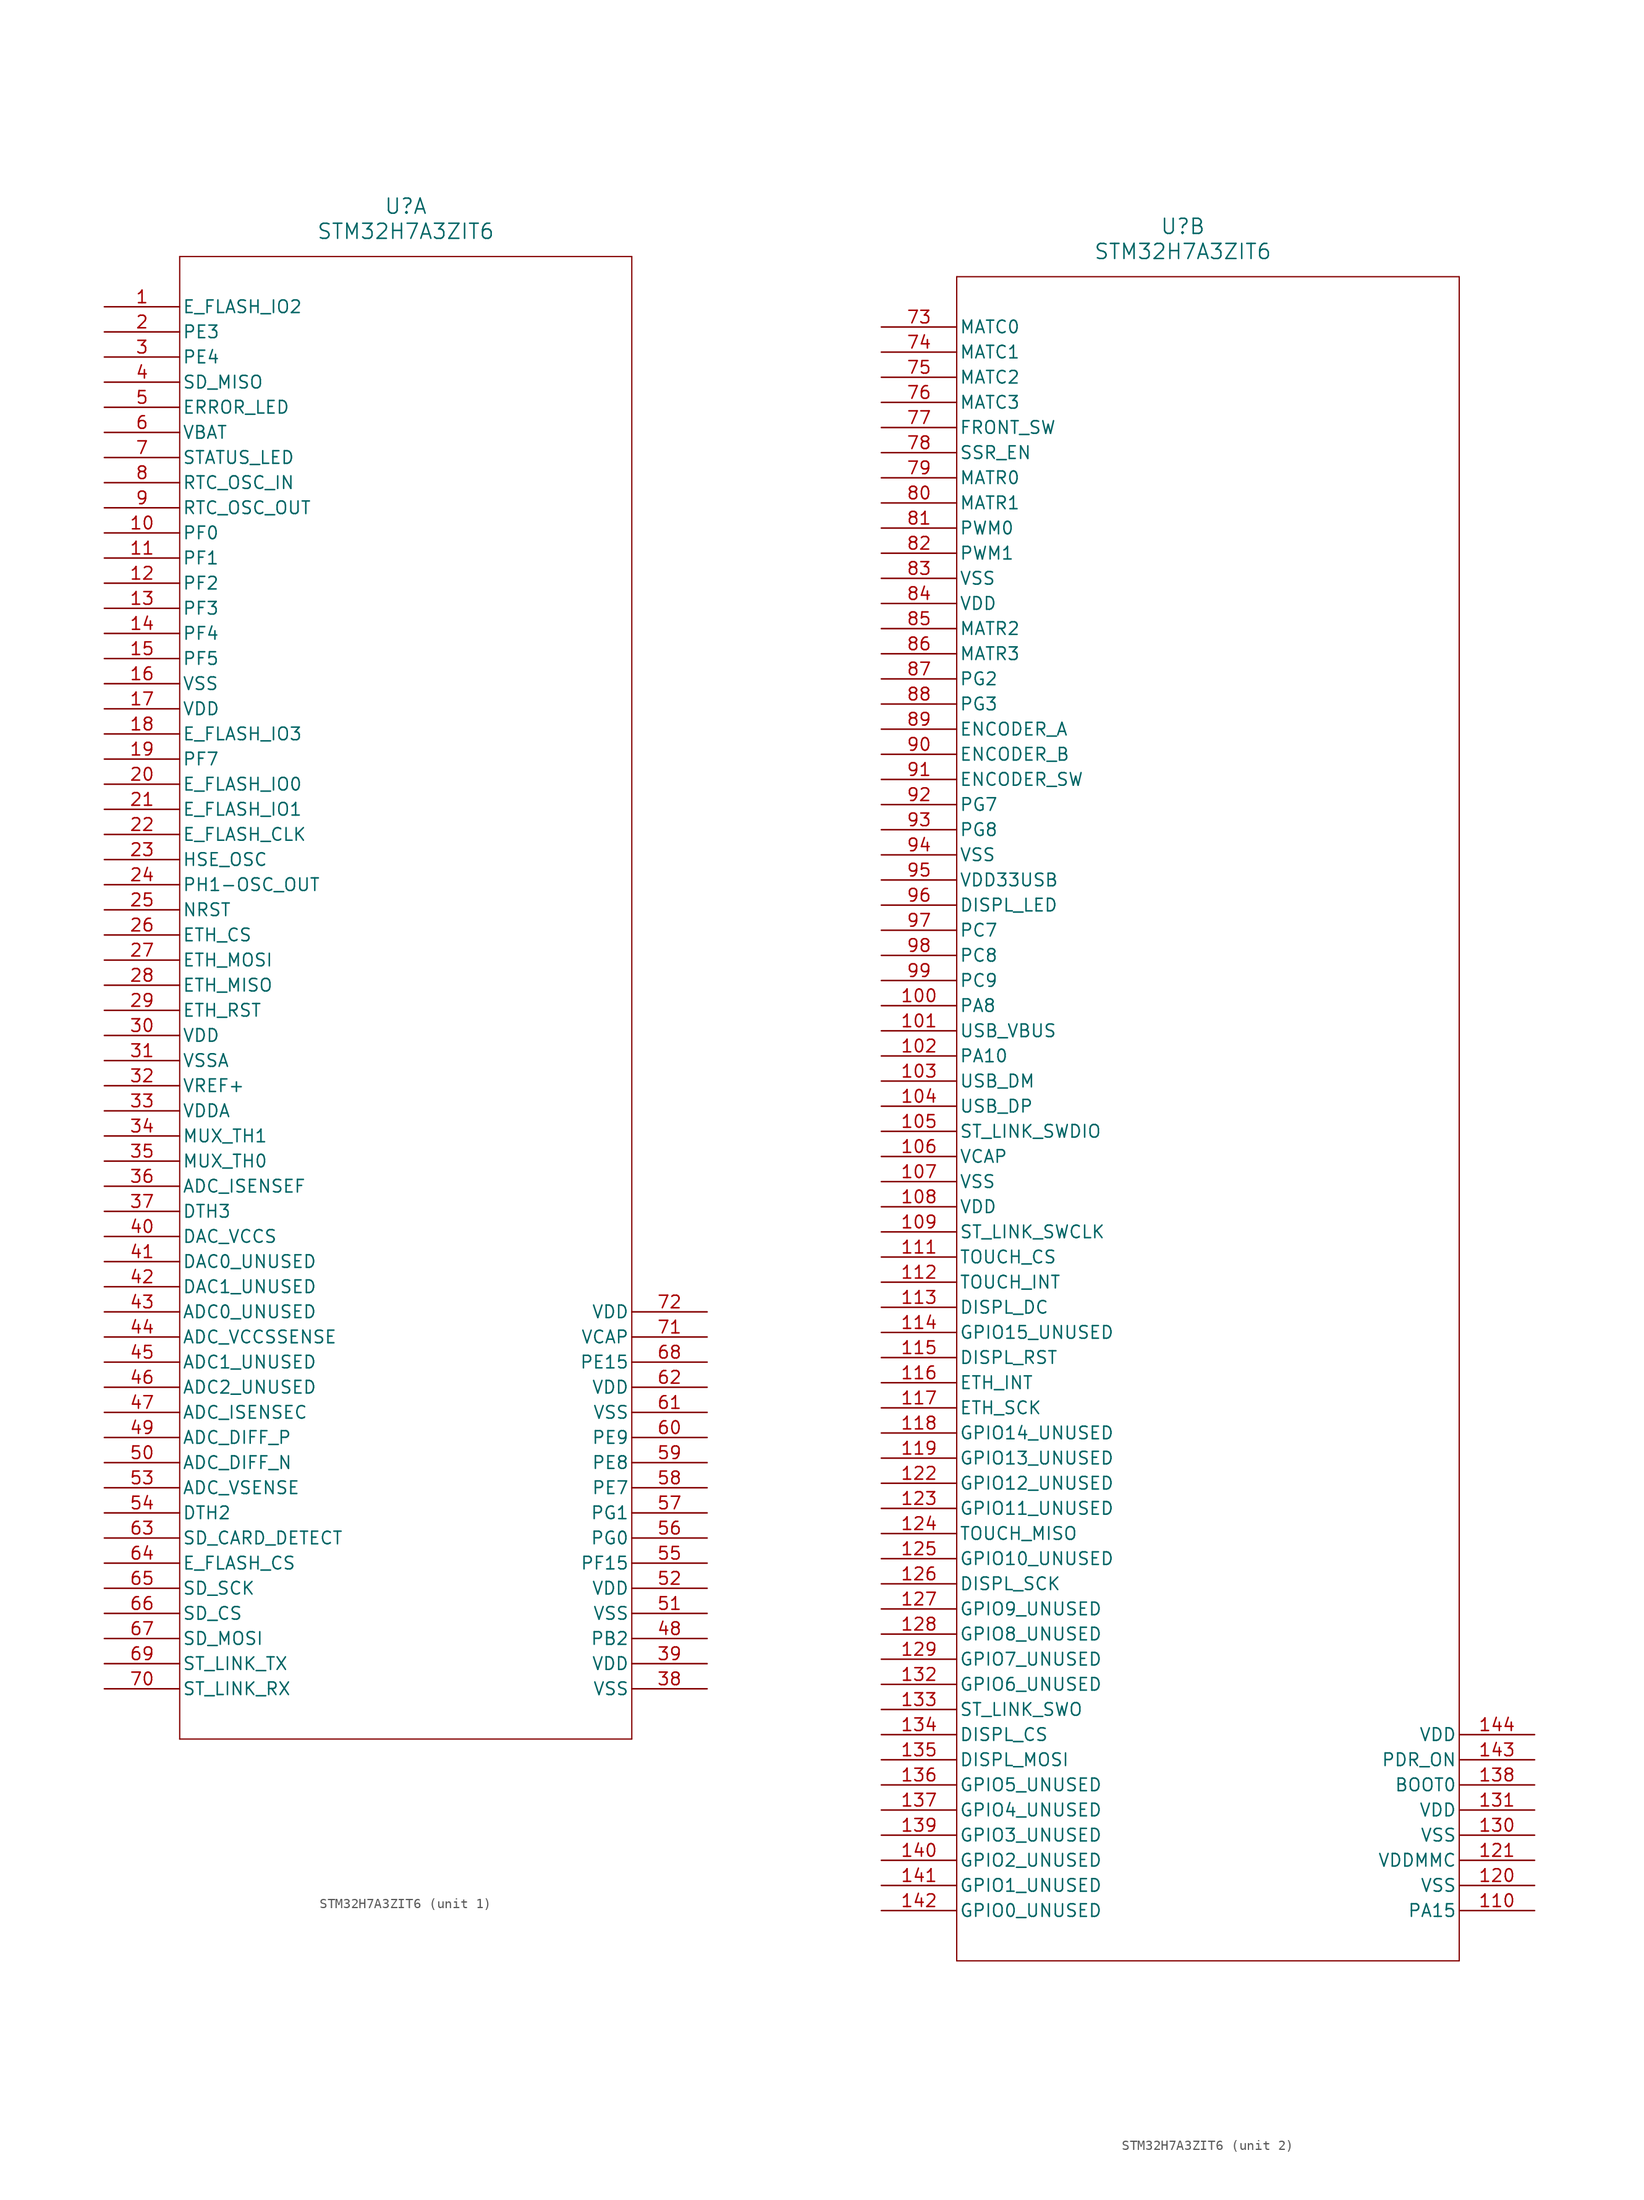
<source format=kicad_sym>
(kicad_symbol_lib
  (version 20211014)
  (generator kicad_symbol_editor)
  (symbol "STM32H7A3ZIT6"
    (pin_names
      (offset 0.254))
    (property "Reference" "U"
      (at 30.48 10.16 0)
      (effects (font (size 1.524 1.524))))
    (property "Value" "STM32H7A3ZIT6"
      (at 30.48 7.62 0)
      (effects (font (size 1.524 1.524))))
    (symbol "STM32H7A3ZIT6_1_1"
      (polyline (pts (xy 7.62 5.08) (xy 7.62 -144.78)) (stroke (width 0.127) (type default) (color 0 0 0 0)) (fill (type none)))
      (polyline (pts (xy 7.62 -144.78) (xy 53.34 -144.78)) (stroke (width 0.127) (type default) (color 0 0 0 0)) (fill (type none)))
      (polyline (pts (xy 53.34 -144.78) (xy 53.34 5.08)) (stroke (width 0.127) (type default) (color 0 0 0 0)) (fill (type none)))
      (polyline (pts (xy 53.34 5.08) (xy 7.62 5.08)) (stroke (width 0.127) (type default) (color 0 0 0 0)) (fill (type none)))
      (pin unspecified line (at 0 0 0) (length 7.62) (name "E_FLASH_IO2" (effects (font (size 1.27 1.27)))) (number "1" (effects (font (size 1.27 1.27)))))
      (pin bidirectional line (at 0 -2.54 0) (length 7.62) (name "PE3" (effects (font (size 1.27 1.27)))) (number "2" (effects (font (size 1.27 1.27)))))
      (pin bidirectional line (at 0 -5.08 0) (length 7.62) (name "PE4" (effects (font (size 1.27 1.27)))) (number "3" (effects (font (size 1.27 1.27)))))
      (pin unspecified line (at 0 -7.62 0) (length 7.62) (name "SD_MISO" (effects (font (size 1.27 1.27)))) (number "4" (effects (font (size 1.27 1.27)))))
      (pin unspecified line (at 0 -10.16 0) (length 7.62) (name "ERROR_LED" (effects (font (size 1.27 1.27)))) (number "5" (effects (font (size 1.27 1.27)))))
      (pin unspecified line (at 0 -12.7 0) (length 7.62) (name "VBAT" (effects (font (size 1.27 1.27)))) (number "6" (effects (font (size 1.27 1.27)))))
      (pin unspecified line (at 0 -15.24 0) (length 7.62) (name "STATUS_LED" (effects (font (size 1.27 1.27)))) (number "7" (effects (font (size 1.27 1.27)))))
      (pin unspecified line (at 0 -17.78 0) (length 7.62) (name "RTC_OSC_IN" (effects (font (size 1.27 1.27)))) (number "8" (effects (font (size 1.27 1.27)))))
      (pin unspecified line (at 0 -20.32 0) (length 7.62) (name "RTC_OSC_OUT" (effects (font (size 1.27 1.27)))) (number "9" (effects (font (size 1.27 1.27)))))
      (pin bidirectional line (at 0 -22.86 0) (length 7.62) (name "PF0" (effects (font (size 1.27 1.27)))) (number "10" (effects (font (size 1.27 1.27)))))
      (pin bidirectional line (at 0 -25.4 0) (length 7.62) (name "PF1" (effects (font (size 1.27 1.27)))) (number "11" (effects (font (size 1.27 1.27)))))
      (pin bidirectional line (at 0 -27.94 0) (length 7.62) (name "PF2" (effects (font (size 1.27 1.27)))) (number "12" (effects (font (size 1.27 1.27)))))
      (pin bidirectional line (at 0 -30.48 0) (length 7.62) (name "PF3" (effects (font (size 1.27 1.27)))) (number "13" (effects (font (size 1.27 1.27)))))
      (pin bidirectional line (at 0 -33.02 0) (length 7.62) (name "PF4" (effects (font (size 1.27 1.27)))) (number "14" (effects (font (size 1.27 1.27)))))
      (pin bidirectional line (at 0 -35.56 0) (length 7.62) (name "PF5" (effects (font (size 1.27 1.27)))) (number "15" (effects (font (size 1.27 1.27)))))
      (pin power_out line (at 0 -38.1 0) (length 7.62) (name "VSS" (effects (font (size 1.27 1.27)))) (number "16" (effects (font (size 1.27 1.27)))))
      (pin power_in line (at 0 -40.64 0) (length 7.62) (name "VDD" (effects (font (size 1.27 1.27)))) (number "17" (effects (font (size 1.27 1.27)))))
      (pin unspecified line (at 0 -43.18 0) (length 7.62) (name "E_FLASH_IO3" (effects (font (size 1.27 1.27)))) (number "18" (effects (font (size 1.27 1.27)))))
      (pin bidirectional line (at 0 -45.72 0) (length 7.62) (name "PF7" (effects (font (size 1.27 1.27)))) (number "19" (effects (font (size 1.27 1.27)))))
      (pin unspecified line (at 0 -48.26 0) (length 7.62) (name "E_FLASH_IO0" (effects (font (size 1.27 1.27)))) (number "20" (effects (font (size 1.27 1.27)))))
      (pin unspecified line (at 0 -50.8 0) (length 7.62) (name "E_FLASH_IO1" (effects (font (size 1.27 1.27)))) (number "21" (effects (font (size 1.27 1.27)))))
      (pin unspecified line (at 0 -53.34 0) (length 7.62) (name "E_FLASH_CLK" (effects (font (size 1.27 1.27)))) (number "22" (effects (font (size 1.27 1.27)))))
      (pin unspecified line (at 0 -55.88 0) (length 7.62) (name "HSE_OSC" (effects (font (size 1.27 1.27)))) (number "23" (effects (font (size 1.27 1.27)))))
      (pin output line (at 0 -58.42 0) (length 7.62) (name "PH1-OSC_OUT" (effects (font (size 1.27 1.27)))) (number "24" (effects (font (size 1.27 1.27)))))
      (pin unspecified line (at 0 -60.96 0) (length 7.62) (name "NRST" (effects (font (size 1.27 1.27)))) (number "25" (effects (font (size 1.27 1.27)))))
      (pin unspecified line (at 0 -63.5 0) (length 7.62) (name "ETH_CS" (effects (font (size 1.27 1.27)))) (number "26" (effects (font (size 1.27 1.27)))))
      (pin unspecified line (at 0 -66.04 0) (length 7.62) (name "ETH_MOSI" (effects (font (size 1.27 1.27)))) (number "27" (effects (font (size 1.27 1.27)))))
      (pin unspecified line (at 0 -68.58 0) (length 7.62) (name "ETH_MISO" (effects (font (size 1.27 1.27)))) (number "28" (effects (font (size 1.27 1.27)))))
      (pin unspecified line (at 0 -71.12 0) (length 7.62) (name "ETH_RST" (effects (font (size 1.27 1.27)))) (number "29" (effects (font (size 1.27 1.27)))))
      (pin power_in line (at 0 -73.66 0) (length 7.62) (name "VDD" (effects (font (size 1.27 1.27)))) (number "30" (effects (font (size 1.27 1.27)))))
      (pin power_out line (at 0 -76.2 0) (length 7.62) (name "VSSA" (effects (font (size 1.27 1.27)))) (number "31" (effects (font (size 1.27 1.27)))))
      (pin power_in line (at 0 -78.74 0) (length 7.62) (name "VREF+" (effects (font (size 1.27 1.27)))) (number "32" (effects (font (size 1.27 1.27)))))
      (pin power_in line (at 0 -81.28 0) (length 7.62) (name "VDDA" (effects (font (size 1.27 1.27)))) (number "33" (effects (font (size 1.27 1.27)))))
      (pin unspecified line (at 0 -83.82 0) (length 7.62) (name "MUX_TH1" (effects (font (size 1.27 1.27)))) (number "34" (effects (font (size 1.27 1.27)))))
      (pin unspecified line (at 0 -86.36 0) (length 7.62) (name "MUX_TH0" (effects (font (size 1.27 1.27)))) (number "35" (effects (font (size 1.27 1.27)))))
      (pin unspecified line (at 0 -88.9 0) (length 7.62) (name "ADC_ISENSEF" (effects (font (size 1.27 1.27)))) (number "36" (effects (font (size 1.27 1.27)))))
      (pin unspecified line (at 0 -91.44 0) (length 7.62) (name "DTH3" (effects (font (size 1.27 1.27)))) (number "37" (effects (font (size 1.27 1.27)))))
      (pin power_out line (at 60.96 -139.7 180) (length 7.62) (name "VSS" (effects (font (size 1.27 1.27)))) (number "38" (effects (font (size 1.27 1.27)))))
      (pin power_in line (at 60.96 -137.16 180) (length 7.62) (name "VDD" (effects (font (size 1.27 1.27)))) (number "39" (effects (font (size 1.27 1.27)))))
      (pin unspecified line (at 0 -93.98 0) (length 7.62) (name "DAC_VCCS" (effects (font (size 1.27 1.27)))) (number "40" (effects (font (size 1.27 1.27)))))
      (pin unspecified line (at 0 -96.52 0) (length 7.62) (name "DAC0_UNUSED" (effects (font (size 1.27 1.27)))) (number "41" (effects (font (size 1.27 1.27)))))
      (pin unspecified line (at 0 -99.06 0) (length 7.62) (name "DAC1_UNUSED" (effects (font (size 1.27 1.27)))) (number "42" (effects (font (size 1.27 1.27)))))
      (pin unspecified line (at 0 -101.6 0) (length 7.62) (name "ADC0_UNUSED" (effects (font (size 1.27 1.27)))) (number "43" (effects (font (size 1.27 1.27)))))
      (pin unspecified line (at 0 -104.14 0) (length 7.62) (name "ADC_VCCSSENSE" (effects (font (size 1.27 1.27)))) (number "44" (effects (font (size 1.27 1.27)))))
      (pin unspecified line (at 0 -106.68 0) (length 7.62) (name "ADC1_UNUSED" (effects (font (size 1.27 1.27)))) (number "45" (effects (font (size 1.27 1.27)))))
      (pin unspecified line (at 0 -109.22 0) (length 7.62) (name "ADC2_UNUSED" (effects (font (size 1.27 1.27)))) (number "46" (effects (font (size 1.27 1.27)))))
      (pin unspecified line (at 0 -111.76 0) (length 7.62) (name "ADC_ISENSEC" (effects (font (size 1.27 1.27)))) (number "47" (effects (font (size 1.27 1.27)))))
      (pin bidirectional line (at 60.96 -134.62 180) (length 7.62) (name "PB2" (effects (font (size 1.27 1.27)))) (number "48" (effects (font (size 1.27 1.27)))))
      (pin unspecified line (at 0 -114.3 0) (length 7.62) (name "ADC_DIFF_P" (effects (font (size 1.27 1.27)))) (number "49" (effects (font (size 1.27 1.27)))))
      (pin unspecified line (at 0 -116.84 0) (length 7.62) (name "ADC_DIFF_N" (effects (font (size 1.27 1.27)))) (number "50" (effects (font (size 1.27 1.27)))))
      (pin power_out line (at 60.96 -132.08 180) (length 7.62) (name "VSS" (effects (font (size 1.27 1.27)))) (number "51" (effects (font (size 1.27 1.27)))))
      (pin power_in line (at 60.96 -129.54 180) (length 7.62) (name "VDD" (effects (font (size 1.27 1.27)))) (number "52" (effects (font (size 1.27 1.27)))))
      (pin unspecified line (at 0 -119.38 0) (length 7.62) (name "ADC_VSENSE" (effects (font (size 1.27 1.27)))) (number "53" (effects (font (size 1.27 1.27)))))
      (pin unspecified line (at 0 -121.92 0) (length 7.62) (name "DTH2" (effects (font (size 1.27 1.27)))) (number "54" (effects (font (size 1.27 1.27)))))
      (pin bidirectional line (at 60.96 -127 180) (length 7.62) (name "PF15" (effects (font (size 1.27 1.27)))) (number "55" (effects (font (size 1.27 1.27)))))
      (pin bidirectional line (at 60.96 -124.46 180) (length 7.62) (name "PG0" (effects (font (size 1.27 1.27)))) (number "56" (effects (font (size 1.27 1.27)))))
      (pin bidirectional line (at 60.96 -121.92 180) (length 7.62) (name "PG1" (effects (font (size 1.27 1.27)))) (number "57" (effects (font (size 1.27 1.27)))))
      (pin bidirectional line (at 60.96 -119.38 180) (length 7.62) (name "PE7" (effects (font (size 1.27 1.27)))) (number "58" (effects (font (size 1.27 1.27)))))
      (pin bidirectional line (at 60.96 -116.84 180) (length 7.62) (name "PE8" (effects (font (size 1.27 1.27)))) (number "59" (effects (font (size 1.27 1.27)))))
      (pin bidirectional line (at 60.96 -114.3 180) (length 7.62) (name "PE9" (effects (font (size 1.27 1.27)))) (number "60" (effects (font (size 1.27 1.27)))))
      (pin power_out line (at 60.96 -111.76 180) (length 7.62) (name "VSS" (effects (font (size 1.27 1.27)))) (number "61" (effects (font (size 1.27 1.27)))))
      (pin power_in line (at 60.96 -109.22 180) (length 7.62) (name "VDD" (effects (font (size 1.27 1.27)))) (number "62" (effects (font (size 1.27 1.27)))))
      (pin unspecified line (at 0 -124.46 0) (length 7.62) (name "SD_CARD_DETECT" (effects (font (size 1.27 1.27)))) (number "63" (effects (font (size 1.27 1.27)))))
      (pin unspecified line (at 0 -127 0) (length 7.62) (name "E_FLASH_CS" (effects (font (size 1.27 1.27)))) (number "64" (effects (font (size 1.27 1.27)))))
      (pin unspecified line (at 0 -129.54 0) (length 7.62) (name "SD_SCK" (effects (font (size 1.27 1.27)))) (number "65" (effects (font (size 1.27 1.27)))))
      (pin unspecified line (at 0 -132.08 0) (length 7.62) (name "SD_CS" (effects (font (size 1.27 1.27)))) (number "66" (effects (font (size 1.27 1.27)))))
      (pin unspecified line (at 0 -134.62 0) (length 7.62) (name "SD_MOSI" (effects (font (size 1.27 1.27)))) (number "67" (effects (font (size 1.27 1.27)))))
      (pin bidirectional line (at 60.96 -106.68 180) (length 7.62) (name "PE15" (effects (font (size 1.27 1.27)))) (number "68" (effects (font (size 1.27 1.27)))))
      (pin unspecified line (at 0 -137.16 0) (length 7.62) (name "ST_LINK_TX" (effects (font (size 1.27 1.27)))) (number "69" (effects (font (size 1.27 1.27)))))
      (pin unspecified line (at 0 -139.7 0) (length 7.62) (name "ST_LINK_RX" (effects (font (size 1.27 1.27)))) (number "70" (effects (font (size 1.27 1.27)))))
      (pin unspecified line (at 60.96 -104.14 180) (length 7.62) (name "VCAP" (effects (font (size 1.27 1.27)))) (number "71" (effects (font (size 1.27 1.27)))))
      (pin power_in line (at 60.96 -101.6 180) (length 7.62) (name "VDD" (effects (font (size 1.27 1.27)))) (number "72" (effects (font (size 1.27 1.27))))))
    (symbol "STM32H7A3ZIT6_2_1"
      (polyline (pts (xy 7.62 5.08) (xy 7.62 -165.1)) (stroke (width 0.127) (type default) (color 0 0 0 0)) (fill (type none)))
      (polyline (pts (xy 7.62 -165.1) (xy 58.42 -165.1)) (stroke (width 0.127) (type default) (color 0 0 0 0)) (fill (type none)))
      (polyline (pts (xy 58.42 -165.1) (xy 58.42 5.08)) (stroke (width 0.127) (type default) (color 0 0 0 0)) (fill (type none)))
      (polyline (pts (xy 58.42 5.08) (xy 7.62 5.08)) (stroke (width 0.127) (type default) (color 0 0 0 0)) (fill (type none)))
      (pin unspecified line (at 0 0 0) (length 7.62) (name "MATC0" (effects (font (size 1.27 1.27)))) (number "73" (effects (font (size 1.27 1.27)))))
      (pin unspecified line (at 0 -2.54 0) (length 7.62) (name "MATC1" (effects (font (size 1.27 1.27)))) (number "74" (effects (font (size 1.27 1.27)))))
      (pin unspecified line (at 0 -5.08 0) (length 7.62) (name "MATC2" (effects (font (size 1.27 1.27)))) (number "75" (effects (font (size 1.27 1.27)))))
      (pin unspecified line (at 0 -7.62 0) (length 7.62) (name "MATC3" (effects (font (size 1.27 1.27)))) (number "76" (effects (font (size 1.27 1.27)))))
      (pin unspecified line (at 0 -10.16 0) (length 7.62) (name "FRONT_SW" (effects (font (size 1.27 1.27)))) (number "77" (effects (font (size 1.27 1.27)))))
      (pin unspecified line (at 0 -12.7 0) (length 7.62) (name "SSR_EN" (effects (font (size 1.27 1.27)))) (number "78" (effects (font (size 1.27 1.27)))))
      (pin unspecified line (at 0 -15.24 0) (length 7.62) (name "MATR0" (effects (font (size 1.27 1.27)))) (number "79" (effects (font (size 1.27 1.27)))))
      (pin unspecified line (at 0 -17.78 0) (length 7.62) (name "MATR1" (effects (font (size 1.27 1.27)))) (number "80" (effects (font (size 1.27 1.27)))))
      (pin unspecified line (at 0 -20.32 0) (length 7.62) (name "PWM0" (effects (font (size 1.27 1.27)))) (number "81" (effects (font (size 1.27 1.27)))))
      (pin unspecified line (at 0 -22.86 0) (length 7.62) (name "PWM1" (effects (font (size 1.27 1.27)))) (number "82" (effects (font (size 1.27 1.27)))))
      (pin power_out line (at 0 -25.4 0) (length 7.62) (name "VSS" (effects (font (size 1.27 1.27)))) (number "83" (effects (font (size 1.27 1.27)))))
      (pin power_in line (at 0 -27.94 0) (length 7.62) (name "VDD" (effects (font (size 1.27 1.27)))) (number "84" (effects (font (size 1.27 1.27)))))
      (pin unspecified line (at 0 -30.48 0) (length 7.62) (name "MATR2" (effects (font (size 1.27 1.27)))) (number "85" (effects (font (size 1.27 1.27)))))
      (pin unspecified line (at 0 -33.02 0) (length 7.62) (name "MATR3" (effects (font (size 1.27 1.27)))) (number "86" (effects (font (size 1.27 1.27)))))
      (pin bidirectional line (at 0 -35.56 0) (length 7.62) (name "PG2" (effects (font (size 1.27 1.27)))) (number "87" (effects (font (size 1.27 1.27)))))
      (pin bidirectional line (at 0 -38.1 0) (length 7.62) (name "PG3" (effects (font (size 1.27 1.27)))) (number "88" (effects (font (size 1.27 1.27)))))
      (pin unspecified line (at 0 -40.64 0) (length 7.62) (name "ENCODER_A" (effects (font (size 1.27 1.27)))) (number "89" (effects (font (size 1.27 1.27)))))
      (pin unspecified line (at 0 -43.18 0) (length 7.62) (name "ENCODER_B" (effects (font (size 1.27 1.27)))) (number "90" (effects (font (size 1.27 1.27)))))
      (pin unspecified line (at 0 -45.72 0) (length 7.62) (name "ENCODER_SW" (effects (font (size 1.27 1.27)))) (number "91" (effects (font (size 1.27 1.27)))))
      (pin bidirectional line (at 0 -48.26 0) (length 7.62) (name "PG7" (effects (font (size 1.27 1.27)))) (number "92" (effects (font (size 1.27 1.27)))))
      (pin bidirectional line (at 0 -50.8 0) (length 7.62) (name "PG8" (effects (font (size 1.27 1.27)))) (number "93" (effects (font (size 1.27 1.27)))))
      (pin power_out line (at 0 -53.34 0) (length 7.62) (name "VSS" (effects (font (size 1.27 1.27)))) (number "94" (effects (font (size 1.27 1.27)))))
      (pin power_in line (at 0 -55.88 0) (length 7.62) (name "VDD33USB" (effects (font (size 1.27 1.27)))) (number "95" (effects (font (size 1.27 1.27)))))
      (pin unspecified line (at 0 -58.42 0) (length 7.62) (name "DISPL_LED" (effects (font (size 1.27 1.27)))) (number "96" (effects (font (size 1.27 1.27)))))
      (pin bidirectional line (at 0 -60.96 0) (length 7.62) (name "PC7" (effects (font (size 1.27 1.27)))) (number "97" (effects (font (size 1.27 1.27)))))
      (pin bidirectional line (at 0 -63.5 0) (length 7.62) (name "PC8" (effects (font (size 1.27 1.27)))) (number "98" (effects (font (size 1.27 1.27)))))
      (pin bidirectional line (at 0 -66.04 0) (length 7.62) (name "PC9" (effects (font (size 1.27 1.27)))) (number "99" (effects (font (size 1.27 1.27)))))
      (pin bidirectional line (at 0 -68.58 0) (length 7.62) (name "PA8" (effects (font (size 1.27 1.27)))) (number "100" (effects (font (size 1.27 1.27)))))
      (pin unspecified line (at 0 -71.12 0) (length 7.62) (name "USB_VBUS" (effects (font (size 1.27 1.27)))) (number "101" (effects (font (size 1.27 1.27)))))
      (pin bidirectional line (at 0 -73.66 0) (length 7.62) (name "PA10" (effects (font (size 1.27 1.27)))) (number "102" (effects (font (size 1.27 1.27)))))
      (pin unspecified line (at 0 -76.2 0) (length 7.62) (name "USB_DM" (effects (font (size 1.27 1.27)))) (number "103" (effects (font (size 1.27 1.27)))))
      (pin unspecified line (at 0 -78.74 0) (length 7.62) (name "USB_DP" (effects (font (size 1.27 1.27)))) (number "104" (effects (font (size 1.27 1.27)))))
      (pin unspecified line (at 0 -81.28 0) (length 7.62) (name "ST_LINK_SWDIO" (effects (font (size 1.27 1.27)))) (number "105" (effects (font (size 1.27 1.27)))))
      (pin unspecified line (at 0 -83.82 0) (length 7.62) (name "VCAP" (effects (font (size 1.27 1.27)))) (number "106" (effects (font (size 1.27 1.27)))))
      (pin power_out line (at 0 -86.36 0) (length 7.62) (name "VSS" (effects (font (size 1.27 1.27)))) (number "107" (effects (font (size 1.27 1.27)))))
      (pin power_in line (at 0 -88.9 0) (length 7.62) (name "VDD" (effects (font (size 1.27 1.27)))) (number "108" (effects (font (size 1.27 1.27)))))
      (pin unspecified line (at 0 -91.44 0) (length 7.62) (name "ST_LINK_SWCLK" (effects (font (size 1.27 1.27)))) (number "109" (effects (font (size 1.27 1.27)))))
      (pin bidirectional line (at 66.04 -160.02 180) (length 7.62) (name "PA15" (effects (font (size 1.27 1.27)))) (number "110" (effects (font (size 1.27 1.27)))))
      (pin unspecified line (at 0 -93.98 0) (length 7.62) (name "TOUCH_CS" (effects (font (size 1.27 1.27)))) (number "111" (effects (font (size 1.27 1.27)))))
      (pin unspecified line (at 0 -96.52 0) (length 7.62) (name "TOUCH_INT" (effects (font (size 1.27 1.27)))) (number "112" (effects (font (size 1.27 1.27)))))
      (pin unspecified line (at 0 -99.06 0) (length 7.62) (name "DISPL_DC" (effects (font (size 1.27 1.27)))) (number "113" (effects (font (size 1.27 1.27)))))
      (pin unspecified line (at 0 -101.6 0) (length 7.62) (name "GPIO15_UNUSED" (effects (font (size 1.27 1.27)))) (number "114" (effects (font (size 1.27 1.27)))))
      (pin unspecified line (at 0 -104.14 0) (length 7.62) (name "DISPL_RST" (effects (font (size 1.27 1.27)))) (number "115" (effects (font (size 1.27 1.27)))))
      (pin unspecified line (at 0 -106.68 0) (length 7.62) (name "ETH_INT" (effects (font (size 1.27 1.27)))) (number "116" (effects (font (size 1.27 1.27)))))
      (pin unspecified line (at 0 -109.22 0) (length 7.62) (name "ETH_SCK" (effects (font (size 1.27 1.27)))) (number "117" (effects (font (size 1.27 1.27)))))
      (pin unspecified line (at 0 -111.76 0) (length 7.62) (name "GPIO14_UNUSED" (effects (font (size 1.27 1.27)))) (number "118" (effects (font (size 1.27 1.27)))))
      (pin unspecified line (at 0 -114.3 0) (length 7.62) (name "GPIO13_UNUSED" (effects (font (size 1.27 1.27)))) (number "119" (effects (font (size 1.27 1.27)))))
      (pin power_out line (at 66.04 -157.48 180) (length 7.62) (name "VSS" (effects (font (size 1.27 1.27)))) (number "120" (effects (font (size 1.27 1.27)))))
      (pin power_in line (at 66.04 -154.94 180) (length 7.62) (name "VDDMMC" (effects (font (size 1.27 1.27)))) (number "121" (effects (font (size 1.27 1.27)))))
      (pin unspecified line (at 0 -116.84 0) (length 7.62) (name "GPIO12_UNUSED" (effects (font (size 1.27 1.27)))) (number "122" (effects (font (size 1.27 1.27)))))
      (pin unspecified line (at 0 -119.38 0) (length 7.62) (name "GPIO11_UNUSED" (effects (font (size 1.27 1.27)))) (number "123" (effects (font (size 1.27 1.27)))))
      (pin unspecified line (at 0 -121.92 0) (length 7.62) (name "TOUCH_MISO" (effects (font (size 1.27 1.27)))) (number "124" (effects (font (size 1.27 1.27)))))
      (pin unspecified line (at 0 -124.46 0) (length 7.62) (name "GPIO10_UNUSED" (effects (font (size 1.27 1.27)))) (number "125" (effects (font (size 1.27 1.27)))))
      (pin unspecified line (at 0 -127 0) (length 7.62) (name "DISPL_SCK" (effects (font (size 1.27 1.27)))) (number "126" (effects (font (size 1.27 1.27)))))
      (pin unspecified line (at 0 -129.54 0) (length 7.62) (name "GPIO9_UNUSED" (effects (font (size 1.27 1.27)))) (number "127" (effects (font (size 1.27 1.27)))))
      (pin unspecified line (at 0 -132.08 0) (length 7.62) (name "GPIO8_UNUSED" (effects (font (size 1.27 1.27)))) (number "128" (effects (font (size 1.27 1.27)))))
      (pin unspecified line (at 0 -134.62 0) (length 7.62) (name "GPIO7_UNUSED" (effects (font (size 1.27 1.27)))) (number "129" (effects (font (size 1.27 1.27)))))
      (pin power_out line (at 66.04 -152.4 180) (length 7.62) (name "VSS" (effects (font (size 1.27 1.27)))) (number "130" (effects (font (size 1.27 1.27)))))
      (pin power_in line (at 66.04 -149.86 180) (length 7.62) (name "VDD" (effects (font (size 1.27 1.27)))) (number "131" (effects (font (size 1.27 1.27)))))
      (pin unspecified line (at 0 -137.16 0) (length 7.62) (name "GPIO6_UNUSED" (effects (font (size 1.27 1.27)))) (number "132" (effects (font (size 1.27 1.27)))))
      (pin unspecified line (at 0 -139.7 0) (length 7.62) (name "ST_LINK_SWO" (effects (font (size 1.27 1.27)))) (number "133" (effects (font (size 1.27 1.27)))))
      (pin unspecified line (at 0 -142.24 0) (length 7.62) (name "DISPL_CS" (effects (font (size 1.27 1.27)))) (number "134" (effects (font (size 1.27 1.27)))))
      (pin unspecified line (at 0 -144.78 0) (length 7.62) (name "DISPL_MOSI" (effects (font (size 1.27 1.27)))) (number "135" (effects (font (size 1.27 1.27)))))
      (pin unspecified line (at 0 -147.32 0) (length 7.62) (name "GPIO5_UNUSED" (effects (font (size 1.27 1.27)))) (number "136" (effects (font (size 1.27 1.27)))))
      (pin unspecified line (at 0 -149.86 0) (length 7.62) (name "GPIO4_UNUSED" (effects (font (size 1.27 1.27)))) (number "137" (effects (font (size 1.27 1.27)))))
      (pin unspecified line (at 66.04 -147.32 180) (length 7.62) (name "BOOT0" (effects (font (size 1.27 1.27)))) (number "138" (effects (font (size 1.27 1.27)))))
      (pin unspecified line (at 0 -152.4 0) (length 7.62) (name "GPIO3_UNUSED" (effects (font (size 1.27 1.27)))) (number "139" (effects (font (size 1.27 1.27)))))
      (pin unspecified line (at 0 -154.94 0) (length 7.62) (name "GPIO2_UNUSED" (effects (font (size 1.27 1.27)))) (number "140" (effects (font (size 1.27 1.27)))))
      (pin unspecified line (at 0 -157.48 0) (length 7.62) (name "GPIO1_UNUSED" (effects (font (size 1.27 1.27)))) (number "141" (effects (font (size 1.27 1.27)))))
      (pin unspecified line (at 0 -160.02 0) (length 7.62) (name "GPIO0_UNUSED" (effects (font (size 1.27 1.27)))) (number "142" (effects (font (size 1.27 1.27)))))
      (pin unspecified line (at 66.04 -144.78 180) (length 7.62) (name "PDR_ON" (effects (font (size 1.27 1.27)))) (number "143" (effects (font (size 1.27 1.27)))))
      (pin power_in line (at 66.04 -142.24 180) (length 7.62) (name "VDD" (effects (font (size 1.27 1.27)))) (number "144" (effects (font (size 1.27 1.27))))))))
</source>
